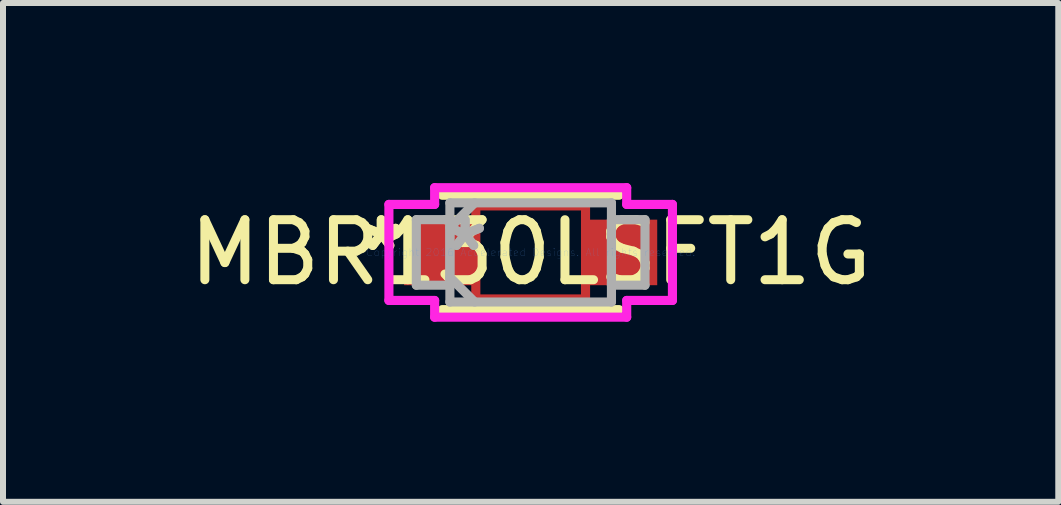
<source format=kicad_pcb>
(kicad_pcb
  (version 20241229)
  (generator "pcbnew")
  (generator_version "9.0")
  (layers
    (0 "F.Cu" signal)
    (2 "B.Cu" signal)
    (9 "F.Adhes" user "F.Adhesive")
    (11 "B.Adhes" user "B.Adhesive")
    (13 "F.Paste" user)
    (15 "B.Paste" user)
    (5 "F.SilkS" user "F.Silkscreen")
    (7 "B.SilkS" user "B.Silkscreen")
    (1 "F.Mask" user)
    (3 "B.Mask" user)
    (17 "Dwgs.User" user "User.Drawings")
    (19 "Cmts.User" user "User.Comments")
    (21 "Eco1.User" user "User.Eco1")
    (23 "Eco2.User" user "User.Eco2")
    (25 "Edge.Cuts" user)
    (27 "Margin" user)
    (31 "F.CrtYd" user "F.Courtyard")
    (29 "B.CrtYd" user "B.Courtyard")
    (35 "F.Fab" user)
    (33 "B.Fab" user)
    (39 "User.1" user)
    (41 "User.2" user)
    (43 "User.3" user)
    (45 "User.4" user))
  (footprint "MBR130LSFT1G"
    (layer "F.Cu")
    (at 5.792 1.156)
    (property "Reference" "MBR130LSFT1G" (at 0 0 0) (layer "F.SilkS") (effects (font (size 1 1) (thickness 0.15))))
    (attr through_hole)
    (fp_line (start -0.914 -0.775) (end 0.914 -0.775) (stroke (width 0.152) (type solid)) (layer "F.Cu"))
    (fp_line (start -0.914 0.775) (end -0.914 -0.775) (stroke (width 0.152) (type solid)) (layer "F.Cu"))
    (fp_line (start 0.914 -0.775) (end 0.914 0.775) (stroke (width 0.152) (type solid)) (layer "F.Cu"))
    (fp_line (start 0.914 0.775) (end -0.914 0.775) (stroke (width 0.152) (type solid)) (layer "F.Cu"))
    (fp_line (start -1.473 0.953) (end 1.473 0.953) (stroke (width 0.152) (type solid)) (layer "F.SilkS"))
    (fp_line (start 1.473 -0.953) (end -1.473 -0.953) (stroke (width 0.152) (type solid)) (layer "F.SilkS"))
    (fp_line (start -2.362 -0.8) (end -1.6 -0.8) (stroke (width 0.152) (type solid)) (layer "F.CrtYd"))
    (fp_line (start -2.362 0.8) (end -2.362 -0.8) (stroke (width 0.152) (type solid)) (layer "F.CrtYd"))
    (fp_line (start -1.6 -1.079) (end 1.6 -1.079) (stroke (width 0.152) (type solid)) (layer "F.CrtYd"))
    (fp_line (start -1.6 -0.8) (end -1.6 -1.079) (stroke (width 0.152) (type solid)) (layer "F.CrtYd"))
    (fp_line (start -1.6 0.8) (end -2.362 0.8) (stroke (width 0.152) (type solid)) (layer "F.CrtYd"))
    (fp_line (start -1.6 1.079) (end -1.6 0.8) (stroke (width 0.152) (type solid)) (layer "F.CrtYd"))
    (fp_line (start 1.6 -1.079) (end 1.6 -0.8) (stroke (width 0.152) (type solid)) (layer "F.CrtYd"))
    (fp_line (start 1.6 -0.8) (end 2.362 -0.8) (stroke (width 0.152) (type solid)) (layer "F.CrtYd"))
    (fp_line (start 1.6 0.8) (end 1.6 1.079) (stroke (width 0.152) (type solid)) (layer "F.CrtYd"))
    (fp_line (start 1.6 1.079) (end -1.6 1.079) (stroke (width 0.152) (type solid)) (layer "F.CrtYd"))
    (fp_line (start 2.362 -0.8) (end 2.362 0.8) (stroke (width 0.152) (type solid)) (layer "F.CrtYd"))
    (fp_line (start 2.362 0.8) (end 1.6 0.8) (stroke (width 0.152) (type solid)) (layer "F.CrtYd"))
    (fp_line (start -1.905 -0.546) (end -1.905 0.546) (stroke (width 0.152) (type solid)) (layer "F.Fab"))
    (fp_line (start -1.905 0.546) (end -1.346 0.546) (stroke (width 0.152) (type solid)) (layer "F.Fab"))
    (fp_line (start -1.346 -0.826) (end -1.346 0.826) (stroke (width 0.152) (type solid)) (layer "F.Fab"))
    (fp_line (start -1.346 -0.546) (end -1.905 -0.546) (stroke (width 0.152) (type solid)) (layer "F.Fab"))
    (fp_line (start -1.346 -0.413) (end -0.933 -0.826) (stroke (width 0.152) (type solid)) (layer "F.Fab"))
    (fp_line (start -1.346 0.413) (end -0.933 0.826) (stroke (width 0.152) (type solid)) (layer "F.Fab"))
    (fp_line (start -1.346 0.546) (end -1.346 -0.546) (stroke (width 0.152) (type solid)) (layer "F.Fab"))
    (fp_line (start -1.346 0.826) (end 1.346 0.826) (stroke (width 0.152) (type solid)) (layer "F.Fab"))
    (fp_line (start 1.346 -0.826) (end -1.346 -0.826) (stroke (width 0.152) (type solid)) (layer "F.Fab"))
    (fp_line (start 1.346 -0.546) (end 1.346 0.546) (stroke (width 0.152) (type solid)) (layer "F.Fab"))
    (fp_line (start 1.346 0.546) (end 1.905 0.546) (stroke (width 0.152) (type solid)) (layer "F.Fab"))
    (fp_line (start 1.346 0.826) (end 1.346 -0.826) (stroke (width 0.152) (type solid)) (layer "F.Fab"))
    (fp_line (start 1.905 -0.546) (end 1.346 -0.546) (stroke (width 0.152) (type solid)) (layer "F.Fab"))
    (fp_line (start 1.905 0.546) (end 1.905 -0.546) (stroke (width 0.152) (type solid)) (layer "F.Fab"))
    (fp_text user "*" (at -2.489 0 0) (layer "F.SilkS") (effects (font (size 1 1) (thickness 0.15))))
    (fp_text user "*" (at -2.489 0 0) (layer "F.SilkS") (effects (font (size 1 1) (thickness 0.15))))
    (fp_text user "Copyright 2016 Accelerated Designs. All rights reserved." (at 0 0 0) (layer "Cmts.User") (effects (font (size 0.127 0.127) (thickness 0.002))))
    (fp_text user "*" (at -1.092 0 0) (layer "F.Fab") (effects (font (size 1 1) (thickness 0.15))))
    (fp_text user "*" (at -1.092 0 0) (layer "F.Fab") (effects (font (size 1 1) (thickness 0.15))))
    (pad "1" smd rect (at -1.537 0) (size 1.143 1.092) (layers "F.Cu" "F.Mask" "F.Paste"))
    (pad "2" smd rect (at 1.537 0) (size 1.143 1.092) (layers "F.Cu" "F.Mask" "F.Paste")))
  (gr_rect
    (start -3 -3)
    (end 14.583 5.311)
    (stroke (width 0.1) (type default))
    (fill no)
    (layer "Edge.Cuts")))
</source>
